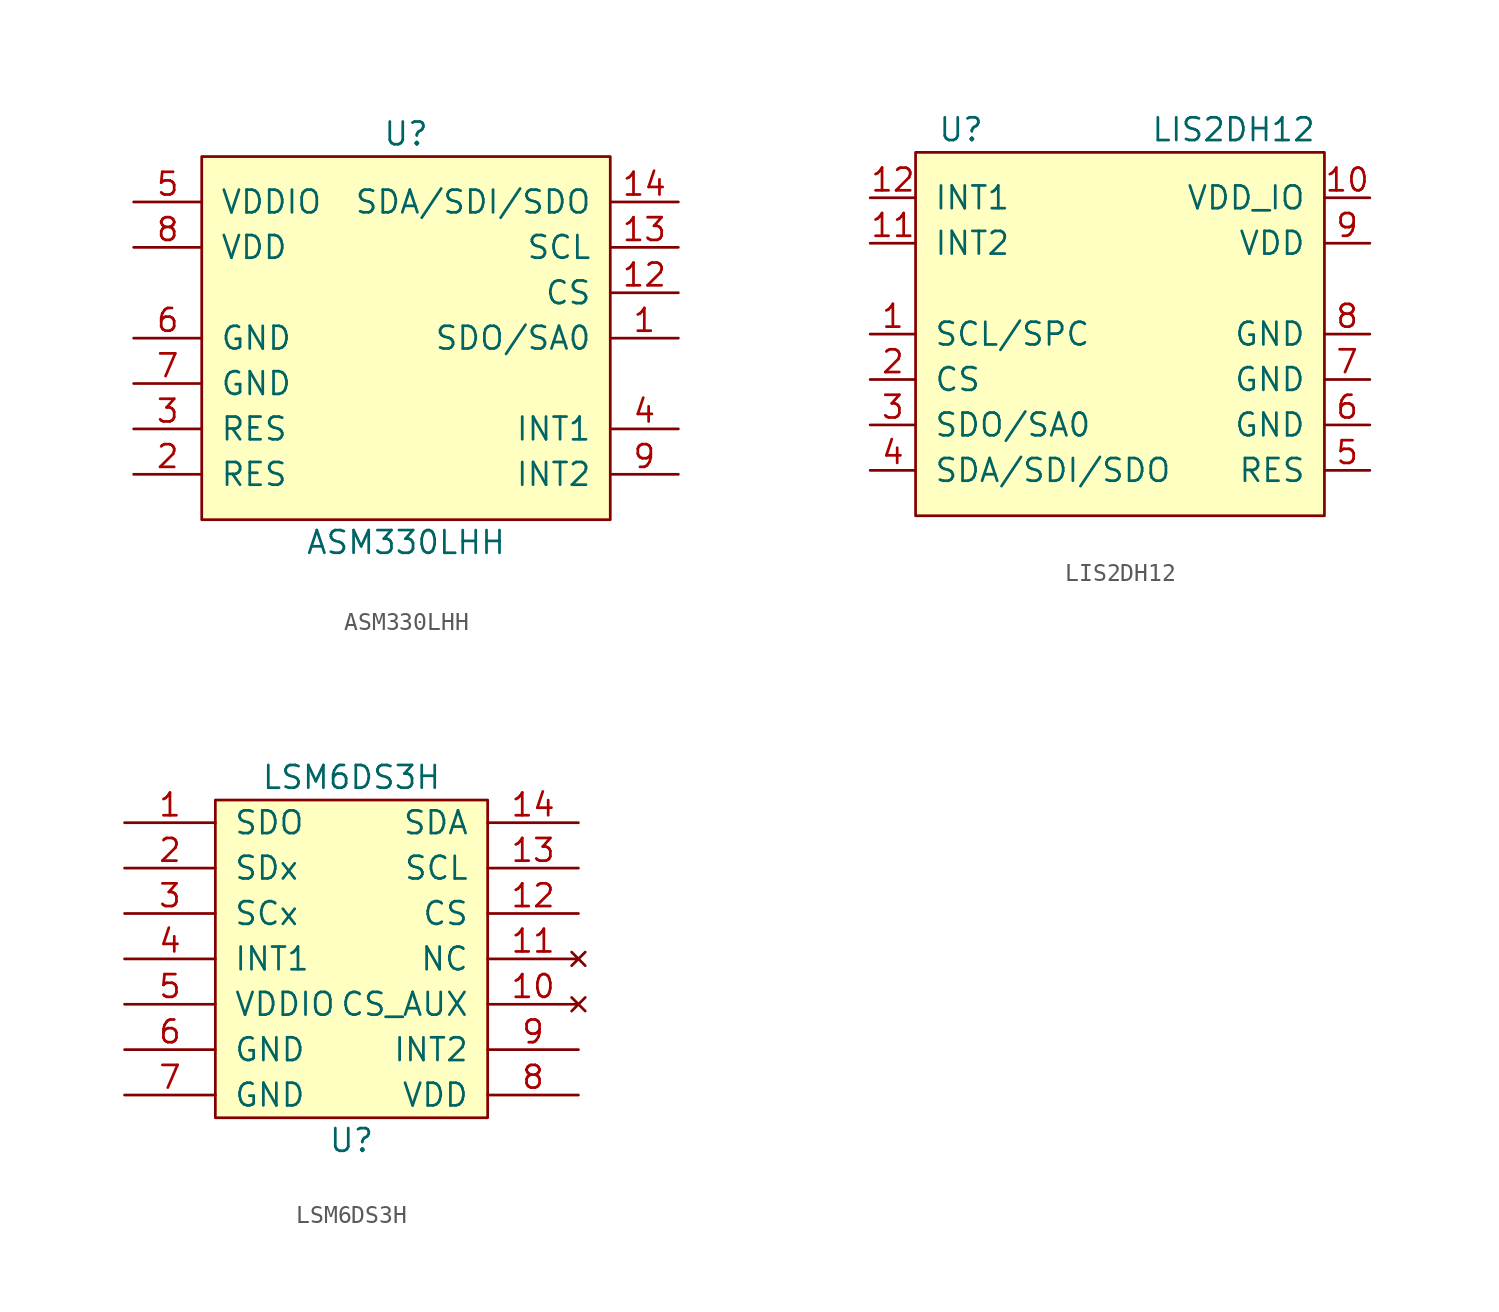
<source format=kicad_sym>
(kicad_symbol_lib
  (version 20211014)
  (generator kicad_symbol_editor)
  (symbol "ASM330LHH"
    (pin_names
      (offset 1.016))
    (property "Reference" "U"
      (at 11.43 1.27 0)
      (effects (font (size 1.27 1.27))))
    (property "Value" "ASM330LHH"
      (at 11.43 -21.59 0)
      (effects (font (size 1.27 1.27))))
    (symbol "ASM330LHH_0_0"
      (rectangle (start 22.86 0) (end 0 -20.32) (stroke (width 0) (type default) (color 0 0 0 0)) (fill (type background))))
    (symbol "ASM330LHH_1_1"
      (pin output line (at 26.67 -10.16 180) (length 3.81) (name "SDO/SA0" (effects (font (size 1.27 1.27)))) (number "1" (effects (font (size 1.27 1.27)))))
      (pin input line (at 26.67 -7.62 180) (length 3.81) (name "CS" (effects (font (size 1.27 1.27)))) (number "12" (effects (font (size 1.27 1.27)))))
      (pin input line (at 26.67 -5.08 180) (length 3.81) (name "SCL" (effects (font (size 1.27 1.27)))) (number "13" (effects (font (size 1.27 1.27)))))
      (pin bidirectional line (at 26.67 -2.54 180) (length 3.81) (name "SDA/SDI/SDO" (effects (font (size 1.27 1.27)))) (number "14" (effects (font (size 1.27 1.27)))))
      (pin passive line (at -3.81 -17.78 0) (length 3.81) (name "RES" (effects (font (size 1.27 1.27)))) (number "2" (effects (font (size 1.27 1.27)))))
      (pin passive line (at -3.81 -15.24 0) (length 3.81) (name "RES" (effects (font (size 1.27 1.27)))) (number "3" (effects (font (size 1.27 1.27)))))
      (pin output line (at 26.67 -15.24 180) (length 3.81) (name "INT1" (effects (font (size 1.27 1.27)))) (number "4" (effects (font (size 1.27 1.27)))))
      (pin power_in line (at -3.81 -2.54 0) (length 3.81) (name "VDDIO" (effects (font (size 1.27 1.27)))) (number "5" (effects (font (size 1.27 1.27)))))
      (pin power_in line (at -3.81 -10.16 0) (length 3.81) (name "GND" (effects (font (size 1.27 1.27)))) (number "6" (effects (font (size 1.27 1.27)))))
      (pin power_in line (at -3.81 -12.7 0) (length 3.81) (name "GND" (effects (font (size 1.27 1.27)))) (number "7" (effects (font (size 1.27 1.27)))))
      (pin power_in line (at -3.81 -5.08 0) (length 3.81) (name "VDD" (effects (font (size 1.27 1.27)))) (number "8" (effects (font (size 1.27 1.27)))))
      (pin output line (at 26.67 -17.78 180) (length 3.81) (name "INT2" (effects (font (size 1.27 1.27)))) (number "9" (effects (font (size 1.27 1.27)))))))
  (symbol "LIS2DH12"
    (pin_names
      (offset 1.016))
    (property "Reference" "U"
      (at -8.89 8.89 0)
      (effects (font (size 1.27 1.27))))
    (property "Value" "LIS2DH12"
      (at 6.35 8.89 0)
      (effects (font (size 1.27 1.27))))
    (symbol "LIS2DH12_0_1"
      (rectangle (start -11.43 7.62) (end 11.43 -12.7) (stroke (width 0) (type default) (color 0 0 0 0)) (fill (type background))))
    (symbol "LIS2DH12_1_1"
      (pin input line (at -13.97 -2.54 0) (length 2.54) (name "SCL/SPC" (effects (font (size 1.27 1.27)))) (number "1" (effects (font (size 1.27 1.27)))))
      (pin power_in line (at 13.97 5.08 180) (length 2.54) (name "VDD_IO" (effects (font (size 1.27 1.27)))) (number "10" (effects (font (size 1.27 1.27)))))
      (pin output line (at -13.97 2.54 0) (length 2.54) (name "INT2" (effects (font (size 1.27 1.27)))) (number "11" (effects (font (size 1.27 1.27)))))
      (pin output line (at -13.97 5.08 0) (length 2.54) (name "INT1" (effects (font (size 1.27 1.27)))) (number "12" (effects (font (size 1.27 1.27)))))
      (pin input line (at -13.97 -5.08 0) (length 2.54) (name "CS" (effects (font (size 1.27 1.27)))) (number "2" (effects (font (size 1.27 1.27)))))
      (pin passive line (at -13.97 -7.62 0) (length 2.54) (name "SDO/SA0" (effects (font (size 1.27 1.27)))) (number "3" (effects (font (size 1.27 1.27)))))
      (pin input line (at -13.97 -10.16 0) (length 2.54) (name "SDA/SDI/SDO" (effects (font (size 1.27 1.27)))) (number "4" (effects (font (size 1.27 1.27)))))
      (pin input line (at 13.97 -10.16 180) (length 2.54) (name "RES" (effects (font (size 1.27 1.27)))) (number "5" (effects (font (size 1.27 1.27)))))
      (pin power_in line (at 13.97 -7.62 180) (length 2.54) (name "GND" (effects (font (size 1.27 1.27)))) (number "6" (effects (font (size 1.27 1.27)))))
      (pin power_in line (at 13.97 -5.08 180) (length 2.54) (name "GND" (effects (font (size 1.27 1.27)))) (number "7" (effects (font (size 1.27 1.27)))))
      (pin power_in line (at 13.97 -2.54 180) (length 2.54) (name "GND" (effects (font (size 1.27 1.27)))) (number "8" (effects (font (size 1.27 1.27)))))
      (pin power_in line (at 13.97 2.54 180) (length 2.54) (name "VDD" (effects (font (size 1.27 1.27)))) (number "9" (effects (font (size 1.27 1.27)))))))
  (symbol "LSM6DS3H"
    (pin_names
      (offset 1.016))
    (property "Reference" "U"
      (at 0 -10.16 0)
      (effects (font (size 1.27 1.27))))
    (property "Value" "LSM6DS3H"
      (at 0 10.16 0)
      (effects (font (size 1.27 1.27))))
    (property "Datasheet" ""
      (at 8.89 -6.35 0)
      (effects (font (size 1.27 1.27))))
    (symbol "LSM6DS3H_0_0"
      (rectangle (start 7.62 8.89) (end -7.62 -8.89) (stroke (width 0) (type default) (color 0 0 0 0)) (fill (type background))))
    (symbol "LSM6DS3H_1_1"
      (pin output line (at -12.7 7.62 0) (length 5.08) (name "SDO" (effects (font (size 1.27 1.27)))) (number "1" (effects (font (size 1.27 1.27)))))
      (pin no_connect line (at 12.7 -2.54 180) (length 5.08) (name "CS_AUX" (effects (font (size 1.27 1.27)))) (number "10" (effects (font (size 1.27 1.27)))))
      (pin no_connect line (at 12.7 0 180) (length 5.08) (name "NC" (effects (font (size 1.27 1.27)))) (number "11" (effects (font (size 1.27 1.27)))))
      (pin input line (at 12.7 2.54 180) (length 5.08) (name "CS" (effects (font (size 1.27 1.27)))) (number "12" (effects (font (size 1.27 1.27)))))
      (pin input line (at 12.7 5.08 180) (length 5.08) (name "SCL" (effects (font (size 1.27 1.27)))) (number "13" (effects (font (size 1.27 1.27)))))
      (pin input line (at 12.7 7.62 180) (length 5.08) (name "SDA" (effects (font (size 1.27 1.27)))) (number "14" (effects (font (size 1.27 1.27)))))
      (pin input line (at -12.7 5.08 0) (length 5.08) (name "SDx" (effects (font (size 1.27 1.27)))) (number "2" (effects (font (size 1.27 1.27)))))
      (pin input line (at -12.7 2.54 0) (length 5.08) (name "SCx" (effects (font (size 1.27 1.27)))) (number "3" (effects (font (size 1.27 1.27)))))
      (pin output line (at -12.7 0 0) (length 5.08) (name "INT1" (effects (font (size 1.27 1.27)))) (number "4" (effects (font (size 1.27 1.27)))))
      (pin power_in line (at -12.7 -2.54 0) (length 5.08) (name "VDDIO" (effects (font (size 1.27 1.27)))) (number "5" (effects (font (size 1.27 1.27)))))
      (pin power_in line (at -12.7 -5.08 0) (length 5.08) (name "GND" (effects (font (size 1.27 1.27)))) (number "6" (effects (font (size 1.27 1.27)))))
      (pin power_in line (at -12.7 -7.62 0) (length 5.08) (name "GND" (effects (font (size 1.27 1.27)))) (number "7" (effects (font (size 1.27 1.27)))))
      (pin power_in line (at 12.7 -7.62 180) (length 5.08) (name "VDD" (effects (font (size 1.27 1.27)))) (number "8" (effects (font (size 1.27 1.27)))))
      (pin output line (at 12.7 -5.08 180) (length 5.08) (name "INT2" (effects (font (size 1.27 1.27)))) (number "9" (effects (font (size 1.27 1.27))))))))
</source>
